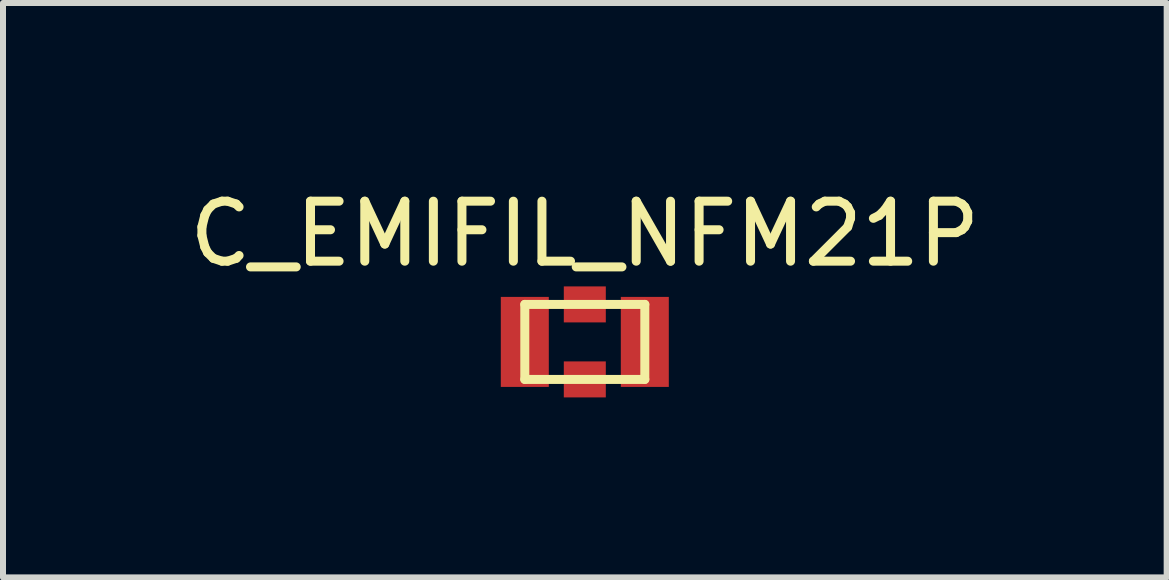
<source format=kicad_pcb>
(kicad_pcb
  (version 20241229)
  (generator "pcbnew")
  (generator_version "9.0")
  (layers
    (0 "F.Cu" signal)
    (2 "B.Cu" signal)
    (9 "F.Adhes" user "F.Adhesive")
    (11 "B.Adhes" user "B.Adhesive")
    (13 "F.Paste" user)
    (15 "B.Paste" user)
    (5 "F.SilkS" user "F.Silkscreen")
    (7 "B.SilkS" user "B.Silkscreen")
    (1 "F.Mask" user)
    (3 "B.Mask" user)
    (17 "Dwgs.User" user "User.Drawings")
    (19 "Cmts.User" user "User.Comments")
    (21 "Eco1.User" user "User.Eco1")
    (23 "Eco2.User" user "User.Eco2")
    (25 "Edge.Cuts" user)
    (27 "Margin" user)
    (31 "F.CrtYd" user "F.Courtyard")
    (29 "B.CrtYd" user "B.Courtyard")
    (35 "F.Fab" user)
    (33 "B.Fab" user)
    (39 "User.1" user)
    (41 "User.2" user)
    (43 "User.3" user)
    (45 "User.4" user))
  (footprint "C_EMIFIL_NFM21P"
    (layer "F.Cu")
    (at 6.696 2.648)
    (property "Reference" "C_EMIFIL_NFM21P" (at 0 -1.8 0) (layer "F.SilkS") (effects (font (size 1 1) (thickness 0.15))))
    (attr through_hole)
    (fp_line (start -1 -0.625) (end -1 0.625) (stroke (width 0.15) (type solid)) (layer "F.SilkS"))
    (fp_line (start -1 0.625) (end 1 0.625) (stroke (width 0.15) (type solid)) (layer "F.SilkS"))
    (fp_line (start 1 -0.625) (end -1 -0.625) (stroke (width 0.15) (type solid)) (layer "F.SilkS"))
    (fp_line (start 1 0.625) (end 1 -0.625) (stroke (width 0.15) (type solid)) (layer "F.SilkS"))
    (pad "1" smd rect (at -1 0 90) (size 1.5 0.8) (layers "F.Cu" "F.Mask" "F.Paste"))
    (pad "2" smd rect (at 0 -0.625 90) (size 0.6 0.7) (layers "F.Cu" "F.Mask" "F.Paste"))
    (pad "2" smd rect (at 0 0.625 90) (size 0.6 0.7) (layers "F.Cu" "F.Mask" "F.Paste"))
    (pad "3" smd rect (at 1 0 90) (size 1.5 0.8) (layers "F.Cu" "F.Mask" "F.Paste")))
  (gr_rect
    (start -3 -3)
    (end 16.393 6.573)
    (stroke (width 0.1) (type default))
    (fill no)
    (layer "Edge.Cuts")))
</source>
